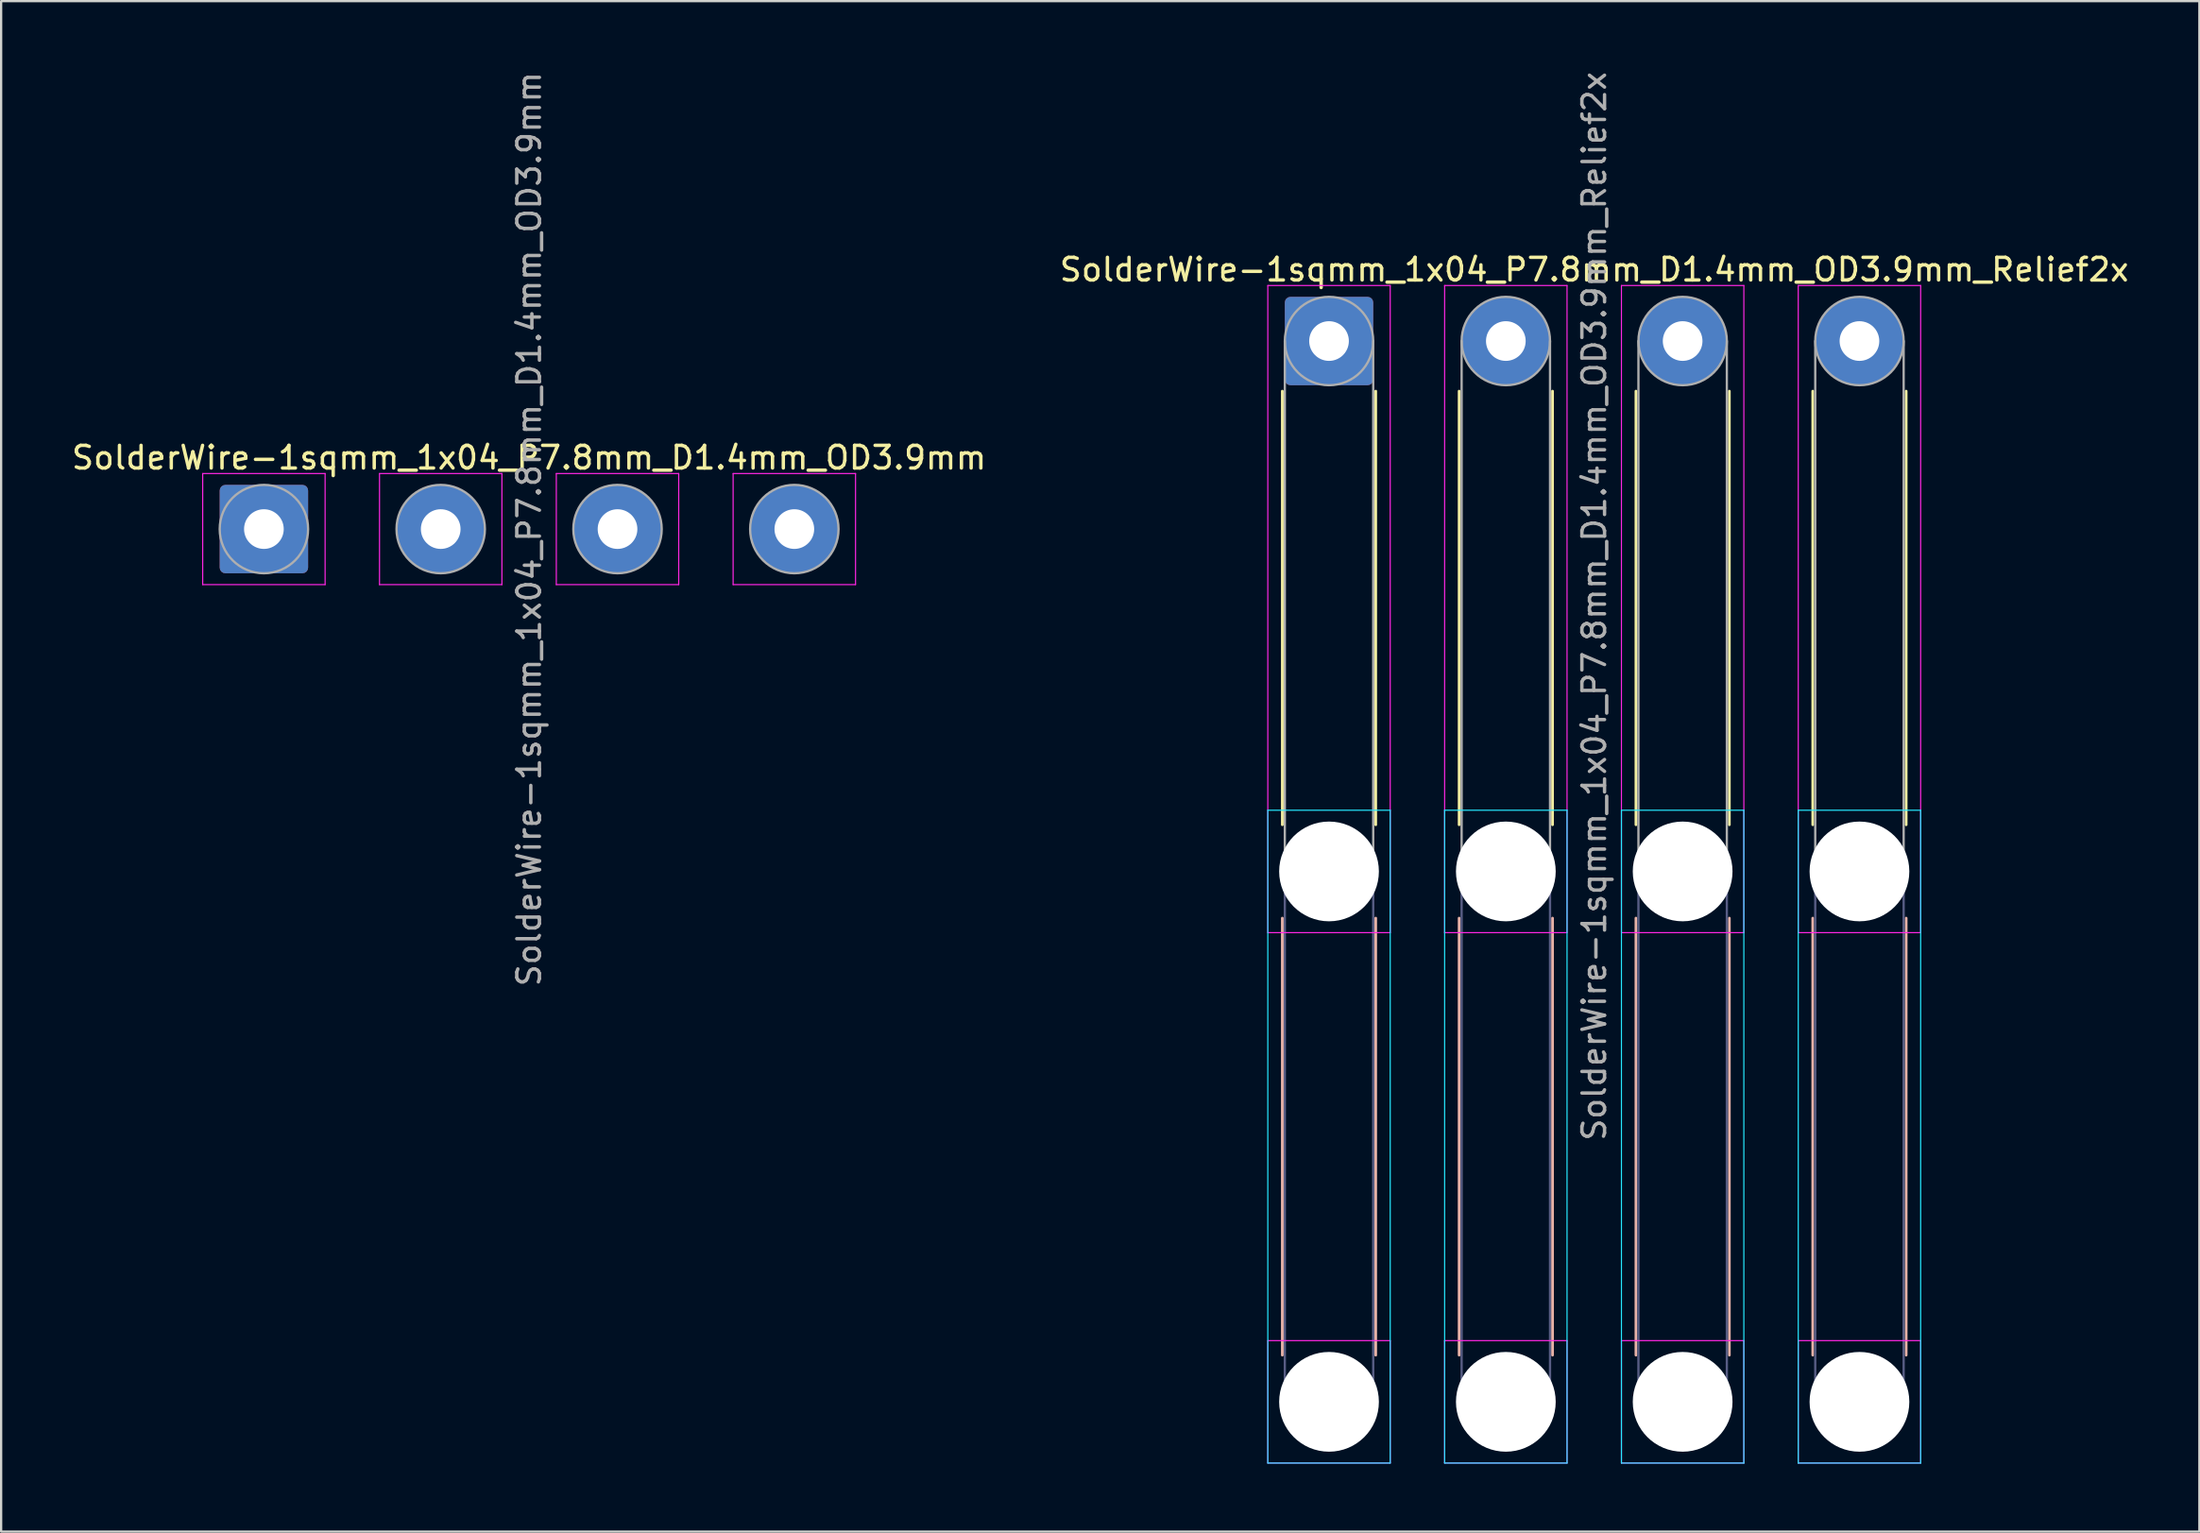
<source format=kicad_pcb>
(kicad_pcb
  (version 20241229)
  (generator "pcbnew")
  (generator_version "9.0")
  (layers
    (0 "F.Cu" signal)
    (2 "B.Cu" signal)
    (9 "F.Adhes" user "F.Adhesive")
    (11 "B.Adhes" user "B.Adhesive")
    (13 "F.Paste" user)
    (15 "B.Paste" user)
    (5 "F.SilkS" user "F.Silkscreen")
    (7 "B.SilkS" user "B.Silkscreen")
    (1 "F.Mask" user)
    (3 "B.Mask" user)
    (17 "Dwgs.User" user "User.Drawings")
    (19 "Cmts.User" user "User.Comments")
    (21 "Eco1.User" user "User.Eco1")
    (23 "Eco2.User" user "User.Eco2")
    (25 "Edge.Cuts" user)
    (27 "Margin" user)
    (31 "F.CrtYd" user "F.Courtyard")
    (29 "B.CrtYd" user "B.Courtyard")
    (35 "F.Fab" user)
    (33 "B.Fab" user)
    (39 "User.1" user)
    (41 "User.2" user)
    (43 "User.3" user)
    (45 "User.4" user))
  (footprint "SolderWire-1sqmm_1x04_P7.8mm_D1.4mm_OD3.9mm_Relief2x"
    (layer "F.Cu")
    (at 55.58 11.996)
    (property "Reference" "SolderWire-1sqmm_1x04_P7.8mm_D1.4mm_OD3.9mm_Relief2x" (at 11.7 -3.15 0) (layer "F.SilkS") (effects (font (size 1 1) (thickness 0.15))))
    (attr exclude_from_pos_files exclude_from_bom)
    (fp_line (start -2.06 2.21) (end -2.06 21.34) (stroke (width 0.12) (type solid)) (layer "F.SilkS"))
    (fp_line (start 2.06 2.21) (end 2.06 21.34) (stroke (width 0.12) (type solid)) (layer "F.SilkS"))
    (fp_line (start 5.74 2.21) (end 5.74 21.34) (stroke (width 0.12) (type solid)) (layer "F.SilkS"))
    (fp_line (start 9.86 2.21) (end 9.86 21.34) (stroke (width 0.12) (type solid)) (layer "F.SilkS"))
    (fp_line (start 13.54 2.21) (end 13.54 21.34) (stroke (width 0.12) (type solid)) (layer "F.SilkS"))
    (fp_line (start 17.66 2.21) (end 17.66 21.34) (stroke (width 0.12) (type solid)) (layer "F.SilkS"))
    (fp_line (start 21.34 2.21) (end 21.34 21.34) (stroke (width 0.12) (type solid)) (layer "F.SilkS"))
    (fp_line (start 25.46 2.21) (end 25.46 21.34) (stroke (width 0.12) (type solid)) (layer "F.SilkS"))
    (fp_line (start -2.06 25.46) (end -2.06 44.74) (stroke (width 0.12) (type solid)) (layer "B.SilkS"))
    (fp_line (start 2.06 25.46) (end 2.06 44.74) (stroke (width 0.12) (type solid)) (layer "B.SilkS"))
    (fp_line (start 5.74 25.46) (end 5.74 44.74) (stroke (width 0.12) (type solid)) (layer "B.SilkS"))
    (fp_line (start 9.86 25.46) (end 9.86 44.74) (stroke (width 0.12) (type solid)) (layer "B.SilkS"))
    (fp_line (start 13.54 25.46) (end 13.54 44.74) (stroke (width 0.12) (type solid)) (layer "B.SilkS"))
    (fp_line (start 17.66 25.46) (end 17.66 44.74) (stroke (width 0.12) (type solid)) (layer "B.SilkS"))
    (fp_line (start 21.34 25.46) (end 21.34 44.74) (stroke (width 0.12) (type solid)) (layer "B.SilkS"))
    (fp_line (start 25.46 25.46) (end 25.46 44.74) (stroke (width 0.12) (type solid)) (layer "B.SilkS"))
    (fp_line (start -2.7 20.7) (end -2.7 49.5) (stroke (width 0.05) (type solid)) (layer "B.CrtYd"))
    (fp_line (start -2.7 49.5) (end 2.7 49.5) (stroke (width 0.05) (type solid)) (layer "B.CrtYd"))
    (fp_line (start 2.7 20.7) (end -2.7 20.7) (stroke (width 0.05) (type solid)) (layer "B.CrtYd"))
    (fp_line (start 2.7 49.5) (end 2.7 20.7) (stroke (width 0.05) (type solid)) (layer "B.CrtYd"))
    (fp_line (start 5.1 20.7) (end 5.1 49.5) (stroke (width 0.05) (type solid)) (layer "B.CrtYd"))
    (fp_line (start 5.1 49.5) (end 10.5 49.5) (stroke (width 0.05) (type solid)) (layer "B.CrtYd"))
    (fp_line (start 10.5 20.7) (end 5.1 20.7) (stroke (width 0.05) (type solid)) (layer "B.CrtYd"))
    (fp_line (start 10.5 49.5) (end 10.5 20.7) (stroke (width 0.05) (type solid)) (layer "B.CrtYd"))
    (fp_line (start 12.9 20.7) (end 12.9 49.5) (stroke (width 0.05) (type solid)) (layer "B.CrtYd"))
    (fp_line (start 12.9 49.5) (end 18.3 49.5) (stroke (width 0.05) (type solid)) (layer "B.CrtYd"))
    (fp_line (start 18.3 20.7) (end 12.9 20.7) (stroke (width 0.05) (type solid)) (layer "B.CrtYd"))
    (fp_line (start 18.3 49.5) (end 18.3 20.7) (stroke (width 0.05) (type solid)) (layer "B.CrtYd"))
    (fp_line (start 20.7 20.7) (end 20.7 49.5) (stroke (width 0.05) (type solid)) (layer "B.CrtYd"))
    (fp_line (start 20.7 49.5) (end 26.1 49.5) (stroke (width 0.05) (type solid)) (layer "B.CrtYd"))
    (fp_line (start 26.1 20.7) (end 20.7 20.7) (stroke (width 0.05) (type solid)) (layer "B.CrtYd"))
    (fp_line (start 26.1 49.5) (end 26.1 20.7) (stroke (width 0.05) (type solid)) (layer "B.CrtYd"))
    (fp_line (start -2.7 -2.45) (end -2.7 26.1) (stroke (width 0.05) (type solid)) (layer "F.CrtYd"))
    (fp_line (start -2.7 26.1) (end 2.7 26.1) (stroke (width 0.05) (type solid)) (layer "F.CrtYd"))
    (fp_line (start -2.7 44.1) (end -2.7 49.5) (stroke (width 0.05) (type solid)) (layer "F.CrtYd"))
    (fp_line (start -2.7 49.5) (end 2.7 49.5) (stroke (width 0.05) (type solid)) (layer "F.CrtYd"))
    (fp_line (start 2.7 -2.45) (end -2.7 -2.45) (stroke (width 0.05) (type solid)) (layer "F.CrtYd"))
    (fp_line (start 2.7 26.1) (end 2.7 -2.45) (stroke (width 0.05) (type solid)) (layer "F.CrtYd"))
    (fp_line (start 2.7 44.1) (end -2.7 44.1) (stroke (width 0.05) (type solid)) (layer "F.CrtYd"))
    (fp_line (start 2.7 49.5) (end 2.7 44.1) (stroke (width 0.05) (type solid)) (layer "F.CrtYd"))
    (fp_line (start 5.1 -2.45) (end 5.1 26.1) (stroke (width 0.05) (type solid)) (layer "F.CrtYd"))
    (fp_line (start 5.1 26.1) (end 10.5 26.1) (stroke (width 0.05) (type solid)) (layer "F.CrtYd"))
    (fp_line (start 5.1 44.1) (end 5.1 49.5) (stroke (width 0.05) (type solid)) (layer "F.CrtYd"))
    (fp_line (start 5.1 49.5) (end 10.5 49.5) (stroke (width 0.05) (type solid)) (layer "F.CrtYd"))
    (fp_line (start 10.5 -2.45) (end 5.1 -2.45) (stroke (width 0.05) (type solid)) (layer "F.CrtYd"))
    (fp_line (start 10.5 26.1) (end 10.5 -2.45) (stroke (width 0.05) (type solid)) (layer "F.CrtYd"))
    (fp_line (start 10.5 44.1) (end 5.1 44.1) (stroke (width 0.05) (type solid)) (layer "F.CrtYd"))
    (fp_line (start 10.5 49.5) (end 10.5 44.1) (stroke (width 0.05) (type solid)) (layer "F.CrtYd"))
    (fp_line (start 12.9 -2.45) (end 12.9 26.1) (stroke (width 0.05) (type solid)) (layer "F.CrtYd"))
    (fp_line (start 12.9 26.1) (end 18.3 26.1) (stroke (width 0.05) (type solid)) (layer "F.CrtYd"))
    (fp_line (start 12.9 44.1) (end 12.9 49.5) (stroke (width 0.05) (type solid)) (layer "F.CrtYd"))
    (fp_line (start 12.9 49.5) (end 18.3 49.5) (stroke (width 0.05) (type solid)) (layer "F.CrtYd"))
    (fp_line (start 18.3 -2.45) (end 12.9 -2.45) (stroke (width 0.05) (type solid)) (layer "F.CrtYd"))
    (fp_line (start 18.3 26.1) (end 18.3 -2.45) (stroke (width 0.05) (type solid)) (layer "F.CrtYd"))
    (fp_line (start 18.3 44.1) (end 12.9 44.1) (stroke (width 0.05) (type solid)) (layer "F.CrtYd"))
    (fp_line (start 18.3 49.5) (end 18.3 44.1) (stroke (width 0.05) (type solid)) (layer "F.CrtYd"))
    (fp_line (start 20.7 -2.45) (end 20.7 26.1) (stroke (width 0.05) (type solid)) (layer "F.CrtYd"))
    (fp_line (start 20.7 26.1) (end 26.1 26.1) (stroke (width 0.05) (type solid)) (layer "F.CrtYd"))
    (fp_line (start 20.7 44.1) (end 20.7 49.5) (stroke (width 0.05) (type solid)) (layer "F.CrtYd"))
    (fp_line (start 20.7 49.5) (end 26.1 49.5) (stroke (width 0.05) (type solid)) (layer "F.CrtYd"))
    (fp_line (start 26.1 -2.45) (end 20.7 -2.45) (stroke (width 0.05) (type solid)) (layer "F.CrtYd"))
    (fp_line (start 26.1 26.1) (end 26.1 -2.45) (stroke (width 0.05) (type solid)) (layer "F.CrtYd"))
    (fp_line (start 26.1 44.1) (end 20.7 44.1) (stroke (width 0.05) (type solid)) (layer "F.CrtYd"))
    (fp_line (start 26.1 49.5) (end 26.1 44.1) (stroke (width 0.05) (type solid)) (layer "F.CrtYd"))
    (fp_line (start -1.95 23.4) (end -1.95 46.8) (stroke (width 0.1) (type solid)) (layer "B.Fab"))
    (fp_line (start 1.95 23.4) (end 1.95 46.8) (stroke (width 0.1) (type solid)) (layer "B.Fab"))
    (fp_line (start 5.85 23.4) (end 5.85 46.8) (stroke (width 0.1) (type solid)) (layer "B.Fab"))
    (fp_line (start 9.75 23.4) (end 9.75 46.8) (stroke (width 0.1) (type solid)) (layer "B.Fab"))
    (fp_line (start 13.65 23.4) (end 13.65 46.8) (stroke (width 0.1) (type solid)) (layer "B.Fab"))
    (fp_line (start 17.55 23.4) (end 17.55 46.8) (stroke (width 0.1) (type solid)) (layer "B.Fab"))
    (fp_line (start 21.45 23.4) (end 21.45 46.8) (stroke (width 0.1) (type solid)) (layer "B.Fab"))
    (fp_line (start 25.35 23.4) (end 25.35 46.8) (stroke (width 0.1) (type solid)) (layer "B.Fab"))
    (fp_circle (center 0 23.4) (end 1.95 23.4) (stroke (width 0.1) (type solid)) (fill no) (layer "B.Fab"))
    (fp_circle (center 0 46.8) (end 1.95 46.8) (stroke (width 0.1) (type solid)) (fill no) (layer "B.Fab"))
    (fp_circle (center 7.8 23.4) (end 9.75 23.4) (stroke (width 0.1) (type solid)) (fill no) (layer "B.Fab"))
    (fp_circle (center 7.8 46.8) (end 9.75 46.8) (stroke (width 0.1) (type solid)) (fill no) (layer "B.Fab"))
    (fp_circle (center 15.6 23.4) (end 17.55 23.4) (stroke (width 0.1) (type solid)) (fill no) (layer "B.Fab"))
    (fp_circle (center 15.6 46.8) (end 17.55 46.8) (stroke (width 0.1) (type solid)) (fill no) (layer "B.Fab"))
    (fp_circle (center 23.4 23.4) (end 25.35 23.4) (stroke (width 0.1) (type solid)) (fill no) (layer "B.Fab"))
    (fp_circle (center 23.4 46.8) (end 25.35 46.8) (stroke (width 0.1) (type solid)) (fill no) (layer "B.Fab"))
    (fp_line (start -1.95 0) (end -1.95 23.4) (stroke (width 0.1) (type solid)) (layer "F.Fab"))
    (fp_line (start 1.95 0) (end 1.95 23.4) (stroke (width 0.1) (type solid)) (layer "F.Fab"))
    (fp_line (start 5.85 0) (end 5.85 23.4) (stroke (width 0.1) (type solid)) (layer "F.Fab"))
    (fp_line (start 9.75 0) (end 9.75 23.4) (stroke (width 0.1) (type solid)) (layer "F.Fab"))
    (fp_line (start 13.65 0) (end 13.65 23.4) (stroke (width 0.1) (type solid)) (layer "F.Fab"))
    (fp_line (start 17.55 0) (end 17.55 23.4) (stroke (width 0.1) (type solid)) (layer "F.Fab"))
    (fp_line (start 21.45 0) (end 21.45 23.4) (stroke (width 0.1) (type solid)) (layer "F.Fab"))
    (fp_line (start 25.35 0) (end 25.35 23.4) (stroke (width 0.1) (type solid)) (layer "F.Fab"))
    (fp_circle (center 0 0) (end 1.95 0) (stroke (width 0.1) (type solid)) (fill no) (layer "F.Fab"))
    (fp_circle (center 0 23.4) (end 1.95 23.4) (stroke (width 0.1) (type solid)) (fill no) (layer "F.Fab"))
    (fp_circle (center 0 46.8) (end 1.95 46.8) (stroke (width 0.1) (type solid)) (fill no) (layer "F.Fab"))
    (fp_circle (center 7.8 0) (end 9.75 0) (stroke (width 0.1) (type solid)) (fill no) (layer "F.Fab"))
    (fp_circle (center 7.8 23.4) (end 9.75 23.4) (stroke (width 0.1) (type solid)) (fill no) (layer "F.Fab"))
    (fp_circle (center 7.8 46.8) (end 9.75 46.8) (stroke (width 0.1) (type solid)) (fill no) (layer "F.Fab"))
    (fp_circle (center 15.6 0) (end 17.55 0) (stroke (width 0.1) (type solid)) (fill no) (layer "F.Fab"))
    (fp_circle (center 15.6 23.4) (end 17.55 23.4) (stroke (width 0.1) (type solid)) (fill no) (layer "F.Fab"))
    (fp_circle (center 15.6 46.8) (end 17.55 46.8) (stroke (width 0.1) (type solid)) (fill no) (layer "F.Fab"))
    (fp_circle (center 23.4 0) (end 25.35 0) (stroke (width 0.1) (type solid)) (fill no) (layer "F.Fab"))
    (fp_circle (center 23.4 23.4) (end 25.35 23.4) (stroke (width 0.1) (type solid)) (fill no) (layer "F.Fab"))
    (fp_circle (center 23.4 46.8) (end 25.35 46.8) (stroke (width 0.1) (type solid)) (fill no) (layer "F.Fab"))
    (fp_text user "${REFERENCE}" (at 11.7 11.7 90) (layer "F.Fab") (effects (font (size 1 1) (thickness 0.15))))
    (pad "" np_thru_hole circle (at 0 23.4) (size 4.4 4.4) (drill 4.4) (layers "*.Cu" "*.Mask"))
    (pad "" np_thru_hole circle (at 0 46.8) (size 4.4 4.4) (drill 4.4) (layers "*.Cu" "*.Mask"))
    (pad "" np_thru_hole circle (at 7.8 23.4) (size 4.4 4.4) (drill 4.4) (layers "*.Cu" "*.Mask"))
    (pad "" np_thru_hole circle (at 7.8 46.8) (size 4.4 4.4) (drill 4.4) (layers "*.Cu" "*.Mask"))
    (pad "" np_thru_hole circle (at 15.6 23.4) (size 4.4 4.4) (drill 4.4) (layers "*.Cu" "*.Mask"))
    (pad "" np_thru_hole circle (at 15.6 46.8) (size 4.4 4.4) (drill 4.4) (layers "*.Cu" "*.Mask"))
    (pad "" np_thru_hole circle (at 23.4 23.4) (size 4.4 4.4) (drill 4.4) (layers "*.Cu" "*.Mask"))
    (pad "" np_thru_hole circle (at 23.4 46.8) (size 4.4 4.4) (drill 4.4) (layers "*.Cu" "*.Mask"))
    (pad "1" thru_hole roundrect (at 0 0) (size 3.9 3.9) (drill 1.75) (layers "*.Cu" "*.Mask") (roundrect_rratio 0.064))
    (pad "2" thru_hole circle (at 7.8 0) (size 3.9 3.9) (drill 1.75) (layers "*.Cu" "*.Mask"))
    (pad "3" thru_hole circle (at 15.6 0) (size 3.9 3.9) (drill 1.75) (layers "*.Cu" "*.Mask"))
    (pad "4" thru_hole circle (at 23.4 0) (size 3.9 3.9) (drill 1.75) (layers "*.Cu" "*.Mask")))
  (footprint "SolderWire-1sqmm_1x04_P7.8mm_D1.4mm_OD3.9mm"
    (layer "F.Cu")
    (at 8.592 20.292)
    (property "Reference" "SolderWire-1sqmm_1x04_P7.8mm_D1.4mm_OD3.9mm" (at 11.7 -3.15 0) (layer "F.SilkS") (effects (font (size 1 1) (thickness 0.15))))
    (attr exclude_from_pos_files exclude_from_bom)
    (fp_line (start -2.7 -2.45) (end -2.7 2.45) (stroke (width 0.05) (type solid)) (layer "F.CrtYd"))
    (fp_line (start -2.7 2.45) (end 2.7 2.45) (stroke (width 0.05) (type solid)) (layer "F.CrtYd"))
    (fp_line (start 2.7 -2.45) (end -2.7 -2.45) (stroke (width 0.05) (type solid)) (layer "F.CrtYd"))
    (fp_line (start 2.7 2.45) (end 2.7 -2.45) (stroke (width 0.05) (type solid)) (layer "F.CrtYd"))
    (fp_line (start 5.1 -2.45) (end 5.1 2.45) (stroke (width 0.05) (type solid)) (layer "F.CrtYd"))
    (fp_line (start 5.1 2.45) (end 10.5 2.45) (stroke (width 0.05) (type solid)) (layer "F.CrtYd"))
    (fp_line (start 10.5 -2.45) (end 5.1 -2.45) (stroke (width 0.05) (type solid)) (layer "F.CrtYd"))
    (fp_line (start 10.5 2.45) (end 10.5 -2.45) (stroke (width 0.05) (type solid)) (layer "F.CrtYd"))
    (fp_line (start 12.9 -2.45) (end 12.9 2.45) (stroke (width 0.05) (type solid)) (layer "F.CrtYd"))
    (fp_line (start 12.9 2.45) (end 18.3 2.45) (stroke (width 0.05) (type solid)) (layer "F.CrtYd"))
    (fp_line (start 18.3 -2.45) (end 12.9 -2.45) (stroke (width 0.05) (type solid)) (layer "F.CrtYd"))
    (fp_line (start 18.3 2.45) (end 18.3 -2.45) (stroke (width 0.05) (type solid)) (layer "F.CrtYd"))
    (fp_line (start 20.7 -2.45) (end 20.7 2.45) (stroke (width 0.05) (type solid)) (layer "F.CrtYd"))
    (fp_line (start 20.7 2.45) (end 26.1 2.45) (stroke (width 0.05) (type solid)) (layer "F.CrtYd"))
    (fp_line (start 26.1 -2.45) (end 20.7 -2.45) (stroke (width 0.05) (type solid)) (layer "F.CrtYd"))
    (fp_line (start 26.1 2.45) (end 26.1 -2.45) (stroke (width 0.05) (type solid)) (layer "F.CrtYd"))
    (fp_circle (center 0 0) (end 1.95 0) (stroke (width 0.1) (type solid)) (fill no) (layer "F.Fab"))
    (fp_circle (center 7.8 0) (end 9.75 0) (stroke (width 0.1) (type solid)) (fill no) (layer "F.Fab"))
    (fp_circle (center 15.6 0) (end 17.55 0) (stroke (width 0.1) (type solid)) (fill no) (layer "F.Fab"))
    (fp_circle (center 23.4 0) (end 25.35 0) (stroke (width 0.1) (type solid)) (fill no) (layer "F.Fab"))
    (fp_text user "${REFERENCE}" (at 11.7 0 90) (layer "F.Fab") (effects (font (size 1 1) (thickness 0.15))))
    (pad "1" thru_hole roundrect (at 0 0) (size 3.9 3.9) (drill 1.75) (layers "*.Cu" "*.Mask") (roundrect_rratio 0.064))
    (pad "2" thru_hole circle (at 7.8 0) (size 3.9 3.9) (drill 1.75) (layers "*.Cu" "*.Mask"))
    (pad "3" thru_hole circle (at 15.6 0) (size 3.9 3.9) (drill 1.75) (layers "*.Cu" "*.Mask"))
    (pad "4" thru_hole circle (at 23.4 0) (size 3.9 3.9) (drill 1.75) (layers "*.Cu" "*.Mask")))
  (gr_rect
    (start -3 -3)
    (end 93.976 64.521)
    (stroke (width 0.1) (type default))
    (fill no)
    (layer "Edge.Cuts")))
</source>
